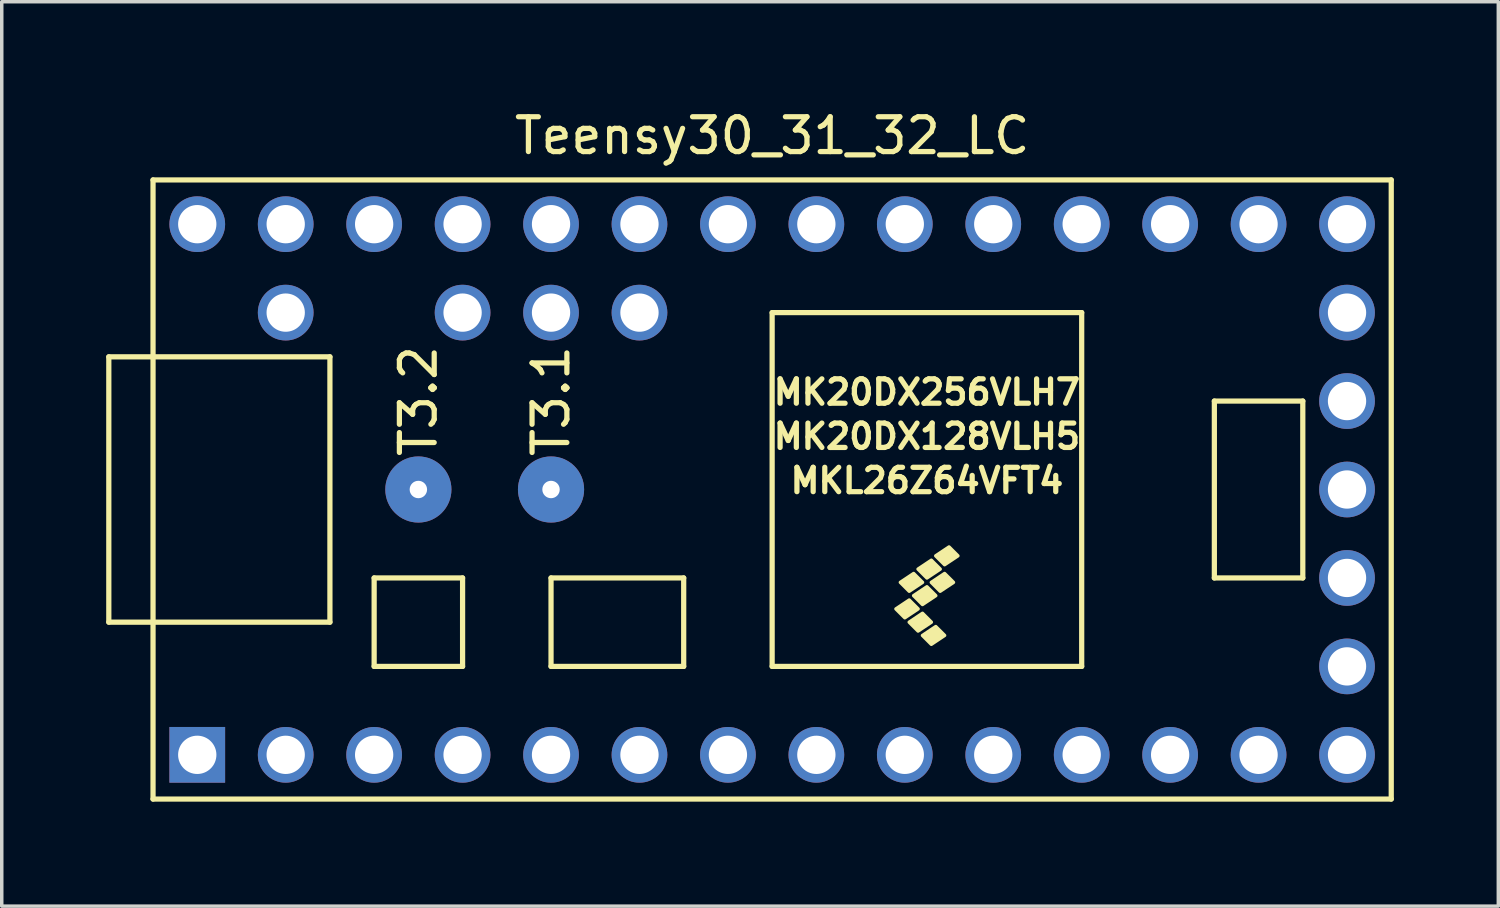
<source format=kicad_pcb>
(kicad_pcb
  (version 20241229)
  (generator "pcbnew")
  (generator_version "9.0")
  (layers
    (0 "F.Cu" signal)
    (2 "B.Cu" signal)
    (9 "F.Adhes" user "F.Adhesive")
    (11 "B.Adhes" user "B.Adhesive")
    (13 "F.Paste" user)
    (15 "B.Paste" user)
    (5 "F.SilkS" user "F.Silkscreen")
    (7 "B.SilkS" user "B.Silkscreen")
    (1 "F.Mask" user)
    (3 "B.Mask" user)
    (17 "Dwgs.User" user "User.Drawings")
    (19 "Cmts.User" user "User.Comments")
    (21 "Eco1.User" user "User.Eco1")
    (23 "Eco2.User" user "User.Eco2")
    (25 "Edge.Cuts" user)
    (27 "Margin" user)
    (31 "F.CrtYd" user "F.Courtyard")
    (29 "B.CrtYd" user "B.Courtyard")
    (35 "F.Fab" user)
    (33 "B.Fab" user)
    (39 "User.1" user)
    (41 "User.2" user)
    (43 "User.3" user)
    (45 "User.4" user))
  (footprint "Teensy30_31_32_LC"
    (layer "F.Cu")
    (at 19.125 11.008)
    (property "Reference" "Teensy30_31_32_LC" (at 0 -10.16 0) (layer "F.SilkS") (effects (font (size 1 1) (thickness 0.15))))
    (attr through_hole)
    (fp_line (start -19.05 -3.81) (end -17.78 -3.81) (stroke (width 0.15) (type solid)) (layer "F.SilkS"))
    (fp_line (start -19.05 3.81) (end -19.05 -3.81) (stroke (width 0.15) (type solid)) (layer "F.SilkS"))
    (fp_line (start -17.78 -8.89) (end 17.78 -8.89) (stroke (width 0.15) (type solid)) (layer "F.SilkS"))
    (fp_line (start -17.78 3.81) (end -19.05 3.81) (stroke (width 0.15) (type solid)) (layer "F.SilkS"))
    (fp_line (start -17.78 8.89) (end -17.78 -8.89) (stroke (width 0.15) (type solid)) (layer "F.SilkS"))
    (fp_line (start -12.7 -3.81) (end -17.78 -3.81) (stroke (width 0.15) (type solid)) (layer "F.SilkS"))
    (fp_line (start -12.7 3.81) (end -17.78 3.81) (stroke (width 0.15) (type solid)) (layer "F.SilkS"))
    (fp_line (start -12.7 3.81) (end -12.7 -3.81) (stroke (width 0.15) (type solid)) (layer "F.SilkS"))
    (fp_line (start -11.43 2.54) (end -11.43 5.08) (stroke (width 0.15) (type solid)) (layer "F.SilkS"))
    (fp_line (start -11.43 5.08) (end -8.89 5.08) (stroke (width 0.15) (type solid)) (layer "F.SilkS"))
    (fp_line (start -8.89 2.54) (end -11.43 2.54) (stroke (width 0.15) (type solid)) (layer "F.SilkS"))
    (fp_line (start -8.89 5.08) (end -8.89 2.54) (stroke (width 0.15) (type solid)) (layer "F.SilkS"))
    (fp_line (start -6.35 2.54) (end -6.35 5.08) (stroke (width 0.15) (type solid)) (layer "F.SilkS"))
    (fp_line (start -6.35 5.08) (end -2.54 5.08) (stroke (width 0.15) (type solid)) (layer "F.SilkS"))
    (fp_line (start -2.54 2.54) (end -6.35 2.54) (stroke (width 0.15) (type solid)) (layer "F.SilkS"))
    (fp_line (start -2.54 5.08) (end -2.54 2.54) (stroke (width 0.15) (type solid)) (layer "F.SilkS"))
    (fp_line (start 0 -5.08) (end 0 5.08) (stroke (width 0.15) (type solid)) (layer "F.SilkS"))
    (fp_line (start 8.89 -5.08) (end 0 -5.08) (stroke (width 0.15) (type solid)) (layer "F.SilkS"))
    (fp_line (start 8.89 5.08) (end 0 5.08) (stroke (width 0.15) (type solid)) (layer "F.SilkS"))
    (fp_line (start 8.89 5.08) (end 8.89 -5.08) (stroke (width 0.15) (type solid)) (layer "F.SilkS"))
    (fp_line (start 12.7 -2.54) (end 15.24 -2.54) (stroke (width 0.15) (type solid)) (layer "F.SilkS"))
    (fp_line (start 12.7 2.54) (end 12.7 -2.54) (stroke (width 0.15) (type solid)) (layer "F.SilkS"))
    (fp_line (start 15.24 -2.54) (end 15.24 2.54) (stroke (width 0.15) (type solid)) (layer "F.SilkS"))
    (fp_line (start 15.24 2.54) (end 12.7 2.54) (stroke (width 0.15) (type solid)) (layer "F.SilkS"))
    (fp_line (start 17.78 -8.89) (end 17.78 8.89) (stroke (width 0.15) (type solid)) (layer "F.SilkS"))
    (fp_line (start 17.78 8.89) (end -17.78 8.89) (stroke (width 0.15) (type solid)) (layer "F.SilkS"))
    (fp_poly (pts (xy 3.81 3.683) (xy 3.556 3.429) (xy 3.937 3.175) (xy 4.191 3.429)) (stroke (width 0.1) (type solid)) (fill yes) (layer "F.SilkS"))
    (fp_poly (pts (xy 3.937 2.921) (xy 3.683 2.667) (xy 4.064 2.413) (xy 4.318 2.667)) (stroke (width 0.1) (type solid)) (fill yes) (layer "F.SilkS"))
    (fp_poly (pts (xy 4.191 4.064) (xy 3.937 3.81) (xy 4.318 3.556) (xy 4.572 3.81)) (stroke (width 0.1) (type solid)) (fill yes) (layer "F.SilkS"))
    (fp_poly (pts (xy 4.318 3.302) (xy 4.064 3.048) (xy 4.445 2.794) (xy 4.699 3.048)) (stroke (width 0.1) (type solid)) (fill yes) (layer "F.SilkS"))
    (fp_poly (pts (xy 4.445 2.54) (xy 4.191 2.286) (xy 4.572 2.032) (xy 4.826 2.286)) (stroke (width 0.1) (type solid)) (fill yes) (layer "F.SilkS"))
    (fp_poly (pts (xy 4.572 4.445) (xy 4.318 4.191) (xy 4.699 3.937) (xy 4.953 4.191)) (stroke (width 0.1) (type solid)) (fill yes) (layer "F.SilkS"))
    (fp_poly (pts (xy 4.826 2.921) (xy 4.572 2.667) (xy 4.953 2.413) (xy 5.207 2.667)) (stroke (width 0.1) (type solid)) (fill yes) (layer "F.SilkS"))
    (fp_poly (pts (xy 4.953 2.159) (xy 4.699 1.905) (xy 5.08 1.651) (xy 5.334 1.905)) (stroke (width 0.1) (type solid)) (fill yes) (layer "F.SilkS"))
    (fp_text user "T3.1" (at -6.35 -2.54 90) (layer "F.SilkS") (effects (font (size 1 1) (thickness 0.15))))
    (fp_text user "MK20DX128VLH5" (at 4.445 -1.524 0) (layer "F.SilkS") (effects (font (size 0.7 0.7) (thickness 0.15))))
    (fp_text user "MK20DX256VLH7" (at 4.445 -2.794 0) (layer "F.SilkS") (effects (font (size 0.7 0.7) (thickness 0.15))))
    (fp_text user "T3.2" (at -10.16 -2.54 90) (layer "F.SilkS") (effects (font (size 1 1) (thickness 0.15))))
    (fp_text user "MKL26Z64VFT4" (at 4.445 -0.254 0) (layer "F.SilkS") (effects (font (size 0.7 0.7) (thickness 0.15))))
    (pad "1" thru_hole rect (at -16.51 7.62) (size 1.6 1.6) (drill 1.1) (layers "*.Cu" "*.Mask"))
    (pad "2" thru_hole circle (at -13.97 7.62) (size 1.6 1.6) (drill 1.1) (layers "*.Cu" "*.Mask"))
    (pad "3" thru_hole circle (at -11.43 7.62) (size 1.6 1.6) (drill 1.1) (layers "*.Cu" "*.Mask"))
    (pad "4" thru_hole circle (at -8.89 7.62) (size 1.6 1.6) (drill 1.1) (layers "*.Cu" "*.Mask"))
    (pad "5" thru_hole circle (at -6.35 7.62) (size 1.6 1.6) (drill 1.1) (layers "*.Cu" "*.Mask"))
    (pad "6" thru_hole circle (at -3.81 7.62) (size 1.6 1.6) (drill 1.1) (layers "*.Cu" "*.Mask"))
    (pad "7" thru_hole circle (at -1.27 7.62) (size 1.6 1.6) (drill 1.1) (layers "*.Cu" "*.Mask"))
    (pad "8" thru_hole circle (at 1.27 7.62) (size 1.6 1.6) (drill 1.1) (layers "*.Cu" "*.Mask"))
    (pad "9" thru_hole circle (at 3.81 7.62) (size 1.6 1.6) (drill 1.1) (layers "*.Cu" "*.Mask"))
    (pad "10" thru_hole circle (at 6.35 7.62) (size 1.6 1.6) (drill 1.1) (layers "*.Cu" "*.Mask"))
    (pad "11" thru_hole circle (at 8.89 7.62) (size 1.6 1.6) (drill 1.1) (layers "*.Cu" "*.Mask"))
    (pad "12" thru_hole circle (at 11.43 7.62) (size 1.6 1.6) (drill 1.1) (layers "*.Cu" "*.Mask"))
    (pad "13" thru_hole circle (at 13.97 7.62) (size 1.6 1.6) (drill 1.1) (layers "*.Cu" "*.Mask"))
    (pad "14" thru_hole circle (at 16.51 7.62) (size 1.6 1.6) (drill 1.1) (layers "*.Cu" "*.Mask"))
    (pad "15" thru_hole circle (at 16.51 5.08) (size 1.6 1.6) (drill 1.1) (layers "*.Cu" "*.Mask"))
    (pad "16" thru_hole circle (at 16.51 2.54) (size 1.6 1.6) (drill 1.1) (layers "*.Cu" "*.Mask"))
    (pad "17" thru_hole circle (at 16.51 0) (size 1.6 1.6) (drill 1.1) (layers "*.Cu" "*.Mask"))
    (pad "18" thru_hole circle (at 16.51 -2.54) (size 1.6 1.6) (drill 1.1) (layers "*.Cu" "*.Mask"))
    (pad "19" thru_hole circle (at 16.51 -5.08) (size 1.6 1.6) (drill 1.1) (layers "*.Cu" "*.Mask"))
    (pad "20" thru_hole circle (at 16.51 -7.62) (size 1.6 1.6) (drill 1.1) (layers "*.Cu" "*.Mask"))
    (pad "21" thru_hole circle (at 13.97 -7.62) (size 1.6 1.6) (drill 1.1) (layers "*.Cu" "*.Mask"))
    (pad "22" thru_hole circle (at 11.43 -7.62) (size 1.6 1.6) (drill 1.1) (layers "*.Cu" "*.Mask"))
    (pad "23" thru_hole circle (at 8.89 -7.62) (size 1.6 1.6) (drill 1.1) (layers "*.Cu" "*.Mask"))
    (pad "24" thru_hole circle (at 6.35 -7.62) (size 1.6 1.6) (drill 1.1) (layers "*.Cu" "*.Mask"))
    (pad "25" thru_hole circle (at 3.81 -7.62) (size 1.6 1.6) (drill 1.1) (layers "*.Cu" "*.Mask"))
    (pad "26" thru_hole circle (at 1.27 -7.62) (size 1.6 1.6) (drill 1.1) (layers "*.Cu" "*.Mask"))
    (pad "27" thru_hole circle (at -1.27 -7.62) (size 1.6 1.6) (drill 1.1) (layers "*.Cu" "*.Mask"))
    (pad "28" thru_hole circle (at -3.81 -7.62) (size 1.6 1.6) (drill 1.1) (layers "*.Cu" "*.Mask"))
    (pad "29" thru_hole circle (at -6.35 -7.62) (size 1.6 1.6) (drill 1.1) (layers "*.Cu" "*.Mask"))
    (pad "30" thru_hole circle (at -8.89 -7.62) (size 1.6 1.6) (drill 1.1) (layers "*.Cu" "*.Mask"))
    (pad "31" thru_hole circle (at -11.43 -7.62) (size 1.6 1.6) (drill 1.1) (layers "*.Cu" "*.Mask"))
    (pad "32" thru_hole circle (at -13.97 -7.62) (size 1.6 1.6) (drill 1.1) (layers "*.Cu" "*.Mask"))
    (pad "33" thru_hole circle (at -16.51 -7.62) (size 1.6 1.6) (drill 1.1) (layers "*.Cu" "*.Mask"))
    (pad "34" thru_hole circle (at -13.97 -5.08) (size 1.6 1.6) (drill 1.1) (layers "*.Cu" "*.Mask"))
    (pad "35" thru_hole circle (at -8.89 -5.08) (size 1.6 1.6) (drill 1.1) (layers "*.Cu" "*.Mask"))
    (pad "36" thru_hole circle (at -6.35 -5.08) (size 1.6 1.6) (drill 1.1) (layers "*.Cu" "*.Mask"))
    (pad "37" thru_hole circle (at -3.81 -5.08) (size 1.6 1.6) (drill 1.1) (layers "*.Cu" "*.Mask"))
    (pad "38" thru_hole circle (at -10.16 0) (size 1.9 1.9) (drill 0.5) (layers "*.Cu" "*.Mask"))
    (pad "38" thru_hole circle (at -6.35 0) (size 1.9 1.9) (drill 0.5) (layers "*.Cu" "*.Mask")))
  (gr_rect
    (start -3 -3)
    (end 39.98 22.973)
    (stroke (width 0.1) (type default))
    (fill no)
    (layer "Edge.Cuts")))
</source>
